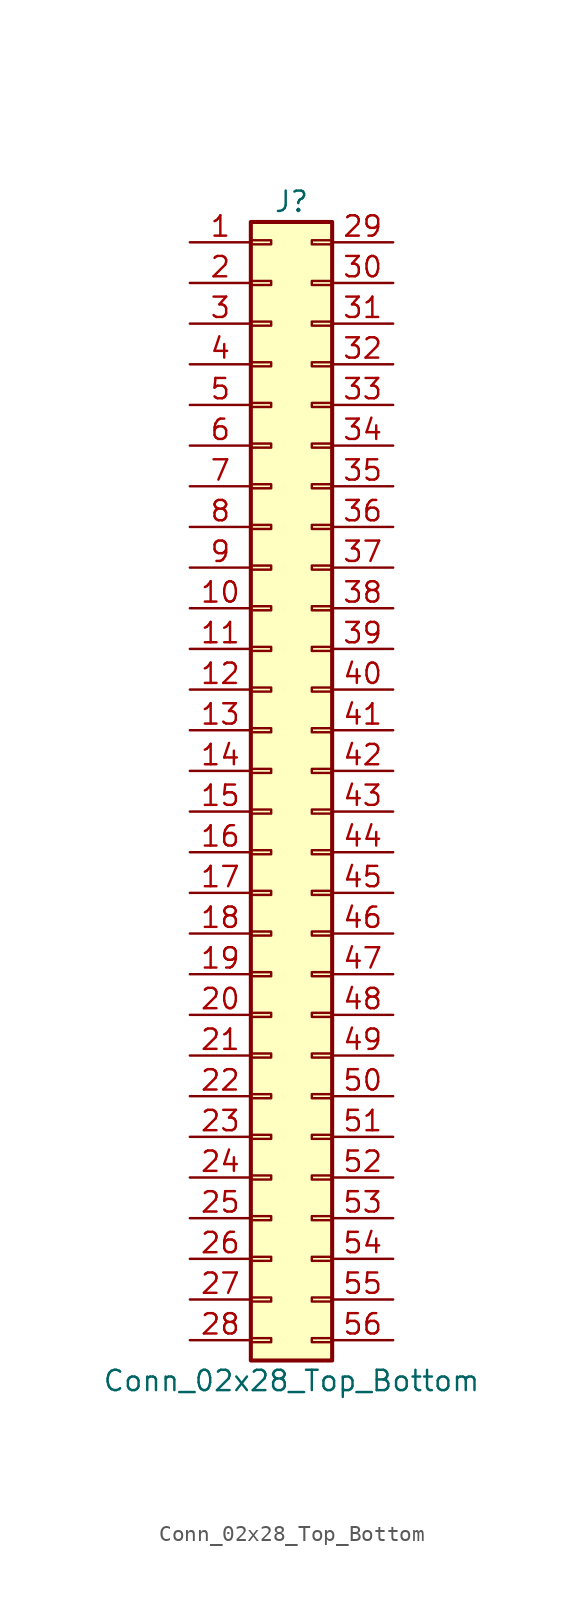
<source format=kicad_sym>
(kicad_symbol_lib
  (version 20220914)
  (generator kicad_symbol_editor)
  (symbol "Conn_02x28_Top_Bottom"
    (pin_names
      (offset 1.016) hide)
    (property "Reference" "J"
      (at 1.27 35.56 0)
      (effects (font (size 1.27 1.27))))
    (property "Value" "Conn_02x28_Top_Bottom"
      (at 1.27 -38.1 0)
      (effects (font (size 1.27 1.27))))
    (symbol "Conn_02x28_Top_Bottom_1_1"
      (rectangle (start -1.27 -35.433) (end 0 -35.687) (stroke (width 0.152) (type solid)) (fill (type none)))
      (rectangle (start -1.27 -32.893) (end 0 -33.147) (stroke (width 0.152) (type solid)) (fill (type none)))
      (rectangle (start -1.27 -30.353) (end 0 -30.607) (stroke (width 0.152) (type solid)) (fill (type none)))
      (rectangle (start -1.27 -27.813) (end 0 -28.067) (stroke (width 0.152) (type solid)) (fill (type none)))
      (rectangle (start -1.27 -25.273) (end 0 -25.527) (stroke (width 0.152) (type solid)) (fill (type none)))
      (rectangle (start -1.27 -22.733) (end 0 -22.987) (stroke (width 0.152) (type solid)) (fill (type none)))
      (rectangle (start -1.27 -20.193) (end 0 -20.447) (stroke (width 0.152) (type solid)) (fill (type none)))
      (rectangle (start -1.27 -17.653) (end 0 -17.907) (stroke (width 0.152) (type solid)) (fill (type none)))
      (rectangle (start -1.27 -15.113) (end 0 -15.367) (stroke (width 0.152) (type solid)) (fill (type none)))
      (rectangle (start -1.27 -12.573) (end 0 -12.827) (stroke (width 0.152) (type solid)) (fill (type none)))
      (rectangle (start -1.27 -10.033) (end 0 -10.287) (stroke (width 0.152) (type solid)) (fill (type none)))
      (rectangle (start -1.27 -7.493) (end 0 -7.747) (stroke (width 0.152) (type solid)) (fill (type none)))
      (rectangle (start -1.27 -4.953) (end 0 -5.207) (stroke (width 0.152) (type solid)) (fill (type none)))
      (rectangle (start -1.27 -2.413) (end 0 -2.667) (stroke (width 0.152) (type solid)) (fill (type none)))
      (rectangle (start -1.27 0.127) (end 0 -0.127) (stroke (width 0.152) (type solid)) (fill (type none)))
      (rectangle (start -1.27 2.667) (end 0 2.413) (stroke (width 0.152) (type solid)) (fill (type none)))
      (rectangle (start -1.27 5.207) (end 0 4.953) (stroke (width 0.152) (type solid)) (fill (type none)))
      (rectangle (start -1.27 7.747) (end 0 7.493) (stroke (width 0.152) (type solid)) (fill (type none)))
      (rectangle (start -1.27 10.287) (end 0 10.033) (stroke (width 0.152) (type solid)) (fill (type none)))
      (rectangle (start -1.27 12.827) (end 0 12.573) (stroke (width 0.152) (type solid)) (fill (type none)))
      (rectangle (start -1.27 15.367) (end 0 15.113) (stroke (width 0.152) (type solid)) (fill (type none)))
      (rectangle (start -1.27 17.907) (end 0 17.653) (stroke (width 0.152) (type solid)) (fill (type none)))
      (rectangle (start -1.27 20.447) (end 0 20.193) (stroke (width 0.152) (type solid)) (fill (type none)))
      (rectangle (start -1.27 22.987) (end 0 22.733) (stroke (width 0.152) (type solid)) (fill (type none)))
      (rectangle (start -1.27 25.527) (end 0 25.273) (stroke (width 0.152) (type solid)) (fill (type none)))
      (rectangle (start -1.27 28.067) (end 0 27.813) (stroke (width 0.152) (type solid)) (fill (type none)))
      (rectangle (start -1.27 30.607) (end 0 30.353) (stroke (width 0.152) (type solid)) (fill (type none)))
      (rectangle (start -1.27 33.147) (end 0 32.893) (stroke (width 0.152) (type solid)) (fill (type none)))
      (rectangle (start -1.27 34.29) (end 3.81 -36.83) (stroke (width 0.254) (type solid)) (fill (type background)))
      (rectangle (start 3.81 -35.433) (end 2.54 -35.687) (stroke (width 0.152) (type solid)) (fill (type none)))
      (rectangle (start 3.81 -32.893) (end 2.54 -33.147) (stroke (width 0.152) (type solid)) (fill (type none)))
      (rectangle (start 3.81 -30.353) (end 2.54 -30.607) (stroke (width 0.152) (type solid)) (fill (type none)))
      (rectangle (start 3.81 -27.813) (end 2.54 -28.067) (stroke (width 0.152) (type solid)) (fill (type none)))
      (rectangle (start 3.81 -25.273) (end 2.54 -25.527) (stroke (width 0.152) (type solid)) (fill (type none)))
      (rectangle (start 3.81 -22.733) (end 2.54 -22.987) (stroke (width 0.152) (type solid)) (fill (type none)))
      (rectangle (start 3.81 -20.193) (end 2.54 -20.447) (stroke (width 0.152) (type solid)) (fill (type none)))
      (rectangle (start 3.81 -17.653) (end 2.54 -17.907) (stroke (width 0.152) (type solid)) (fill (type none)))
      (rectangle (start 3.81 -15.113) (end 2.54 -15.367) (stroke (width 0.152) (type solid)) (fill (type none)))
      (rectangle (start 3.81 -12.573) (end 2.54 -12.827) (stroke (width 0.152) (type solid)) (fill (type none)))
      (rectangle (start 3.81 -10.033) (end 2.54 -10.287) (stroke (width 0.152) (type solid)) (fill (type none)))
      (rectangle (start 3.81 -7.493) (end 2.54 -7.747) (stroke (width 0.152) (type solid)) (fill (type none)))
      (rectangle (start 3.81 -4.953) (end 2.54 -5.207) (stroke (width 0.152) (type solid)) (fill (type none)))
      (rectangle (start 3.81 -2.413) (end 2.54 -2.667) (stroke (width 0.152) (type solid)) (fill (type none)))
      (rectangle (start 3.81 0.127) (end 2.54 -0.127) (stroke (width 0.152) (type solid)) (fill (type none)))
      (rectangle (start 3.81 2.667) (end 2.54 2.413) (stroke (width 0.152) (type solid)) (fill (type none)))
      (rectangle (start 3.81 5.207) (end 2.54 4.953) (stroke (width 0.152) (type solid)) (fill (type none)))
      (rectangle (start 3.81 7.747) (end 2.54 7.493) (stroke (width 0.152) (type solid)) (fill (type none)))
      (rectangle (start 3.81 10.287) (end 2.54 10.033) (stroke (width 0.152) (type solid)) (fill (type none)))
      (rectangle (start 3.81 12.827) (end 2.54 12.573) (stroke (width 0.152) (type solid)) (fill (type none)))
      (rectangle (start 3.81 15.367) (end 2.54 15.113) (stroke (width 0.152) (type solid)) (fill (type none)))
      (rectangle (start 3.81 17.907) (end 2.54 17.653) (stroke (width 0.152) (type solid)) (fill (type none)))
      (rectangle (start 3.81 20.447) (end 2.54 20.193) (stroke (width 0.152) (type solid)) (fill (type none)))
      (rectangle (start 3.81 22.987) (end 2.54 22.733) (stroke (width 0.152) (type solid)) (fill (type none)))
      (rectangle (start 3.81 25.527) (end 2.54 25.273) (stroke (width 0.152) (type solid)) (fill (type none)))
      (rectangle (start 3.81 28.067) (end 2.54 27.813) (stroke (width 0.152) (type solid)) (fill (type none)))
      (rectangle (start 3.81 30.607) (end 2.54 30.353) (stroke (width 0.152) (type solid)) (fill (type none)))
      (rectangle (start 3.81 33.147) (end 2.54 32.893) (stroke (width 0.152) (type solid)) (fill (type none)))
      (pin passive line (at -5.08 33.02 0) (length 3.81) (name "Pin_1" (effects (font (size 1.27 1.27)))) (number "1" (effects (font (size 1.27 1.27)))))
      (pin passive line (at -5.08 10.16 0) (length 3.81) (name "Pin_10" (effects (font (size 1.27 1.27)))) (number "10" (effects (font (size 1.27 1.27)))))
      (pin passive line (at -5.08 7.62 0) (length 3.81) (name "Pin_11" (effects (font (size 1.27 1.27)))) (number "11" (effects (font (size 1.27 1.27)))))
      (pin passive line (at -5.08 5.08 0) (length 3.81) (name "Pin_12" (effects (font (size 1.27 1.27)))) (number "12" (effects (font (size 1.27 1.27)))))
      (pin passive line (at -5.08 2.54 0) (length 3.81) (name "Pin_13" (effects (font (size 1.27 1.27)))) (number "13" (effects (font (size 1.27 1.27)))))
      (pin passive line (at -5.08 0 0) (length 3.81) (name "Pin_14" (effects (font (size 1.27 1.27)))) (number "14" (effects (font (size 1.27 1.27)))))
      (pin passive line (at -5.08 -2.54 0) (length 3.81) (name "Pin_15" (effects (font (size 1.27 1.27)))) (number "15" (effects (font (size 1.27 1.27)))))
      (pin passive line (at -5.08 -5.08 0) (length 3.81) (name "Pin_16" (effects (font (size 1.27 1.27)))) (number "16" (effects (font (size 1.27 1.27)))))
      (pin passive line (at -5.08 -7.62 0) (length 3.81) (name "Pin_17" (effects (font (size 1.27 1.27)))) (number "17" (effects (font (size 1.27 1.27)))))
      (pin passive line (at -5.08 -10.16 0) (length 3.81) (name "Pin_18" (effects (font (size 1.27 1.27)))) (number "18" (effects (font (size 1.27 1.27)))))
      (pin passive line (at -5.08 -12.7 0) (length 3.81) (name "Pin_19" (effects (font (size 1.27 1.27)))) (number "19" (effects (font (size 1.27 1.27)))))
      (pin passive line (at -5.08 30.48 0) (length 3.81) (name "Pin_2" (effects (font (size 1.27 1.27)))) (number "2" (effects (font (size 1.27 1.27)))))
      (pin passive line (at -5.08 -15.24 0) (length 3.81) (name "Pin_20" (effects (font (size 1.27 1.27)))) (number "20" (effects (font (size 1.27 1.27)))))
      (pin passive line (at -5.08 -17.78 0) (length 3.81) (name "Pin_21" (effects (font (size 1.27 1.27)))) (number "21" (effects (font (size 1.27 1.27)))))
      (pin passive line (at -5.08 -20.32 0) (length 3.81) (name "Pin_22" (effects (font (size 1.27 1.27)))) (number "22" (effects (font (size 1.27 1.27)))))
      (pin passive line (at -5.08 -22.86 0) (length 3.81) (name "Pin_23" (effects (font (size 1.27 1.27)))) (number "23" (effects (font (size 1.27 1.27)))))
      (pin passive line (at -5.08 -25.4 0) (length 3.81) (name "Pin_24" (effects (font (size 1.27 1.27)))) (number "24" (effects (font (size 1.27 1.27)))))
      (pin passive line (at -5.08 -27.94 0) (length 3.81) (name "Pin_25" (effects (font (size 1.27 1.27)))) (number "25" (effects (font (size 1.27 1.27)))))
      (pin passive line (at -5.08 -30.48 0) (length 3.81) (name "Pin_26" (effects (font (size 1.27 1.27)))) (number "26" (effects (font (size 1.27 1.27)))))
      (pin passive line (at -5.08 -33.02 0) (length 3.81) (name "Pin_27" (effects (font (size 1.27 1.27)))) (number "27" (effects (font (size 1.27 1.27)))))
      (pin passive line (at -5.08 -35.56 0) (length 3.81) (name "Pin_28" (effects (font (size 1.27 1.27)))) (number "28" (effects (font (size 1.27 1.27)))))
      (pin passive line (at 7.62 33.02 180) (length 3.81) (name "Pin_29" (effects (font (size 1.27 1.27)))) (number "29" (effects (font (size 1.27 1.27)))))
      (pin passive line (at -5.08 27.94 0) (length 3.81) (name "Pin_3" (effects (font (size 1.27 1.27)))) (number "3" (effects (font (size 1.27 1.27)))))
      (pin passive line (at 7.62 30.48 180) (length 3.81) (name "Pin_30" (effects (font (size 1.27 1.27)))) (number "30" (effects (font (size 1.27 1.27)))))
      (pin passive line (at 7.62 27.94 180) (length 3.81) (name "Pin_31" (effects (font (size 1.27 1.27)))) (number "31" (effects (font (size 1.27 1.27)))))
      (pin passive line (at 7.62 25.4 180) (length 3.81) (name "Pin_32" (effects (font (size 1.27 1.27)))) (number "32" (effects (font (size 1.27 1.27)))))
      (pin passive line (at 7.62 22.86 180) (length 3.81) (name "Pin_33" (effects (font (size 1.27 1.27)))) (number "33" (effects (font (size 1.27 1.27)))))
      (pin passive line (at 7.62 20.32 180) (length 3.81) (name "Pin_34" (effects (font (size 1.27 1.27)))) (number "34" (effects (font (size 1.27 1.27)))))
      (pin passive line (at 7.62 17.78 180) (length 3.81) (name "Pin_35" (effects (font (size 1.27 1.27)))) (number "35" (effects (font (size 1.27 1.27)))))
      (pin passive line (at 7.62 15.24 180) (length 3.81) (name "Pin_36" (effects (font (size 1.27 1.27)))) (number "36" (effects (font (size 1.27 1.27)))))
      (pin passive line (at 7.62 12.7 180) (length 3.81) (name "Pin_37" (effects (font (size 1.27 1.27)))) (number "37" (effects (font (size 1.27 1.27)))))
      (pin passive line (at 7.62 10.16 180) (length 3.81) (name "Pin_38" (effects (font (size 1.27 1.27)))) (number "38" (effects (font (size 1.27 1.27)))))
      (pin passive line (at 7.62 7.62 180) (length 3.81) (name "Pin_39" (effects (font (size 1.27 1.27)))) (number "39" (effects (font (size 1.27 1.27)))))
      (pin passive line (at -5.08 25.4 0) (length 3.81) (name "Pin_4" (effects (font (size 1.27 1.27)))) (number "4" (effects (font (size 1.27 1.27)))))
      (pin passive line (at 7.62 5.08 180) (length 3.81) (name "Pin_40" (effects (font (size 1.27 1.27)))) (number "40" (effects (font (size 1.27 1.27)))))
      (pin passive line (at 7.62 2.54 180) (length 3.81) (name "Pin_41" (effects (font (size 1.27 1.27)))) (number "41" (effects (font (size 1.27 1.27)))))
      (pin passive line (at 7.62 0 180) (length 3.81) (name "Pin_42" (effects (font (size 1.27 1.27)))) (number "42" (effects (font (size 1.27 1.27)))))
      (pin passive line (at 7.62 -2.54 180) (length 3.81) (name "Pin_43" (effects (font (size 1.27 1.27)))) (number "43" (effects (font (size 1.27 1.27)))))
      (pin passive line (at 7.62 -5.08 180) (length 3.81) (name "Pin_44" (effects (font (size 1.27 1.27)))) (number "44" (effects (font (size 1.27 1.27)))))
      (pin passive line (at 7.62 -7.62 180) (length 3.81) (name "Pin_45" (effects (font (size 1.27 1.27)))) (number "45" (effects (font (size 1.27 1.27)))))
      (pin passive line (at 7.62 -10.16 180) (length 3.81) (name "Pin_46" (effects (font (size 1.27 1.27)))) (number "46" (effects (font (size 1.27 1.27)))))
      (pin passive line (at 7.62 -12.7 180) (length 3.81) (name "Pin_47" (effects (font (size 1.27 1.27)))) (number "47" (effects (font (size 1.27 1.27)))))
      (pin passive line (at 7.62 -15.24 180) (length 3.81) (name "Pin_48" (effects (font (size 1.27 1.27)))) (number "48" (effects (font (size 1.27 1.27)))))
      (pin passive line (at 7.62 -17.78 180) (length 3.81) (name "Pin_49" (effects (font (size 1.27 1.27)))) (number "49" (effects (font (size 1.27 1.27)))))
      (pin passive line (at -5.08 22.86 0) (length 3.81) (name "Pin_5" (effects (font (size 1.27 1.27)))) (number "5" (effects (font (size 1.27 1.27)))))
      (pin passive line (at 7.62 -20.32 180) (length 3.81) (name "Pin_50" (effects (font (size 1.27 1.27)))) (number "50" (effects (font (size 1.27 1.27)))))
      (pin passive line (at 7.62 -22.86 180) (length 3.81) (name "Pin_51" (effects (font (size 1.27 1.27)))) (number "51" (effects (font (size 1.27 1.27)))))
      (pin passive line (at 7.62 -25.4 180) (length 3.81) (name "Pin_52" (effects (font (size 1.27 1.27)))) (number "52" (effects (font (size 1.27 1.27)))))
      (pin passive line (at 7.62 -27.94 180) (length 3.81) (name "Pin_53" (effects (font (size 1.27 1.27)))) (number "53" (effects (font (size 1.27 1.27)))))
      (pin passive line (at 7.62 -30.48 180) (length 3.81) (name "Pin_54" (effects (font (size 1.27 1.27)))) (number "54" (effects (font (size 1.27 1.27)))))
      (pin passive line (at 7.62 -33.02 180) (length 3.81) (name "Pin_55" (effects (font (size 1.27 1.27)))) (number "55" (effects (font (size 1.27 1.27)))))
      (pin passive line (at 7.62 -35.56 180) (length 3.81) (name "Pin_56" (effects (font (size 1.27 1.27)))) (number "56" (effects (font (size 1.27 1.27)))))
      (pin passive line (at -5.08 20.32 0) (length 3.81) (name "Pin_6" (effects (font (size 1.27 1.27)))) (number "6" (effects (font (size 1.27 1.27)))))
      (pin passive line (at -5.08 17.78 0) (length 3.81) (name "Pin_7" (effects (font (size 1.27 1.27)))) (number "7" (effects (font (size 1.27 1.27)))))
      (pin passive line (at -5.08 15.24 0) (length 3.81) (name "Pin_8" (effects (font (size 1.27 1.27)))) (number "8" (effects (font (size 1.27 1.27)))))
      (pin passive line (at -5.08 12.7 0) (length 3.81) (name "Pin_9" (effects (font (size 1.27 1.27)))) (number "9" (effects (font (size 1.27 1.27))))))))
</source>
